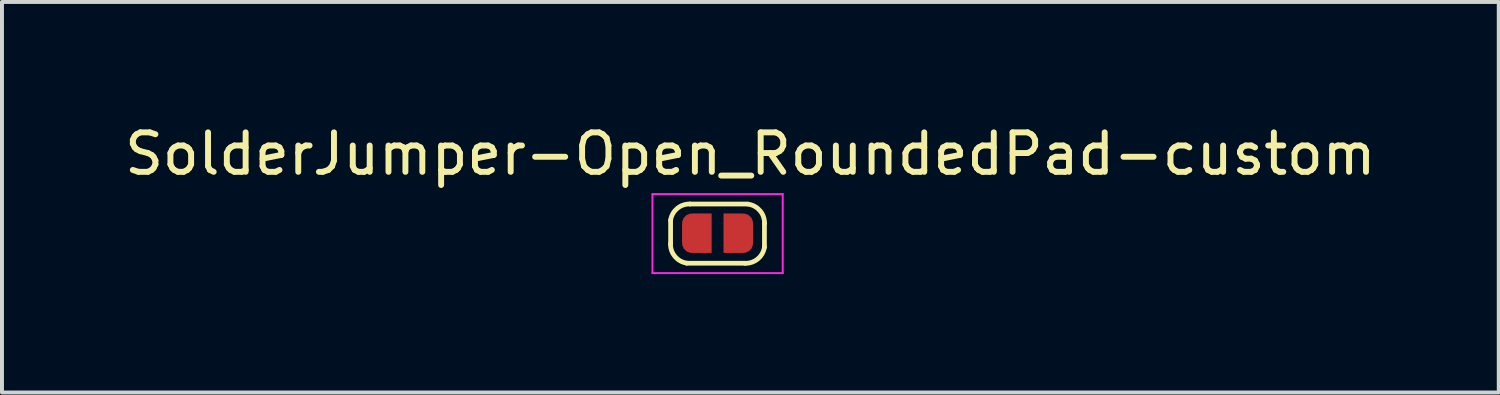
<source format=kicad_pcb>
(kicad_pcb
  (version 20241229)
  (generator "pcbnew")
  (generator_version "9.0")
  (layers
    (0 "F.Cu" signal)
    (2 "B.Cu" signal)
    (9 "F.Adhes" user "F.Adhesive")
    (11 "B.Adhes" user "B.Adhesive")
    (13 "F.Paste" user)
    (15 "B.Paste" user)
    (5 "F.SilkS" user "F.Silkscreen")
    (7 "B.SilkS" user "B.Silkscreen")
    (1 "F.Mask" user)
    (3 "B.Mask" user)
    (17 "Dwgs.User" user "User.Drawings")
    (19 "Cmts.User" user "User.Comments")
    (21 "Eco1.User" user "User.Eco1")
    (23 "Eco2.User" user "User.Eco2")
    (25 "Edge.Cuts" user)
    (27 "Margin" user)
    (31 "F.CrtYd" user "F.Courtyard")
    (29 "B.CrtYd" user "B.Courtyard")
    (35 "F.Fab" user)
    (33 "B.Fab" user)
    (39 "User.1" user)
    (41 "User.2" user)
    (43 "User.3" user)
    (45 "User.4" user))
  (footprint "SolderJumper-Open_RoundedPad-custom"
    (layer "F.Cu")
    (at 15.128 2.868)
    (property "Reference" "SolderJumper-Open_RoundedPad-custom" (at 0.83 -2.02 0) (layer "F.SilkS") (effects (font (size 1 1) (thickness 0.15))))
    (attr exclude_from_pos_files exclude_from_bom)
    (fp_line (start -1.19 0.26) (end -1.19 -0.34) (stroke (width 0.12) (type solid)) (layer "F.SilkS"))
    (fp_line (start -0.7 -0.75) (end 0.76 -0.75) (stroke (width 0.12) (type solid)) (layer "F.SilkS"))
    (fp_line (start 0.7 0.75) (end -0.78 0.75) (stroke (width 0.12) (type solid)) (layer "F.SilkS"))
    (fp_line (start 1.187 -0.258) (end 1.187 0.342) (stroke (width 0.12) (type solid)) (layer "F.SilkS"))
    (fp_arc (start -1.19 -0.34) (mid -1.02258 -0.637718) (end -0.7 -0.75) (stroke (width 0.12) (type solid)) (layer "F.SilkS"))
    (fp_arc (start -0.782282 0.74742) (mid -1.08 0.58) (end -1.192282 0.25742) (stroke (width 0.12) (type solid)) (layer "F.SilkS"))
    (fp_arc (start 0.779342 -0.745081) (mid 1.07706 -0.577661) (end 1.189342 -0.255081) (stroke (width 0.12) (type solid)) (layer "F.SilkS"))
    (fp_arc (start 1.18706 0.342339) (mid 1.01964 0.640057) (end 0.69706 0.752339) (stroke (width 0.12) (type solid)) (layer "F.SilkS"))
    (fp_line (start -1.65 -1) (end -1.65 1) (stroke (width 0.05) (type solid)) (layer "F.CrtYd"))
    (fp_line (start -1.65 -1) (end 1.65 -1) (stroke (width 0.05) (type solid)) (layer "F.CrtYd"))
    (fp_line (start 1.65 1) (end -1.65 1) (stroke (width 0.05) (type solid)) (layer "F.CrtYd"))
    (fp_line (start 1.65 1) (end 1.65 -1) (stroke (width 0.05) (type solid)) (layer "F.CrtYd"))
    (pad "1" smd custom (at -0.65 -0.01) (size 0.5 0.5) (layers "F.Cu" "F.Mask") (options (anchor rect)) (primitives (gr_circle (center 0 0.25) (end 0.25 0.25) (width 0) (fill yes)) (gr_circle (center 0 -0.25) (end 0.25 -0.25) (width 0) (fill yes)) (gr_poly (pts (xy 0.5 0.5) (xy 0 0.5) (xy 0 -0.5) (xy 0.5 -0.5)) (width 0) (fill yes))))
    (pad "2" smd custom (at 0.65 -0.01 180) (size 0.5 0.5) (layers "F.Cu" "F.Mask") (options (anchor rect)) (primitives (gr_circle (center 0 0.25) (end 0.25 0.25) (width 0) (fill yes)) (gr_circle (center 0 -0.25) (end 0.25 -0.25) (width 0) (fill yes)) (gr_poly (pts (xy 0.5 0.5) (xy 0 0.5) (xy 0 -0.5) (xy 0.5 -0.5)) (width 0) (fill yes)))))
  (gr_rect
    (start -3 -3)
    (end 34.917 6.893)
    (stroke (width 0.1) (type default))
    (fill no)
    (layer "Edge.Cuts")))
</source>
